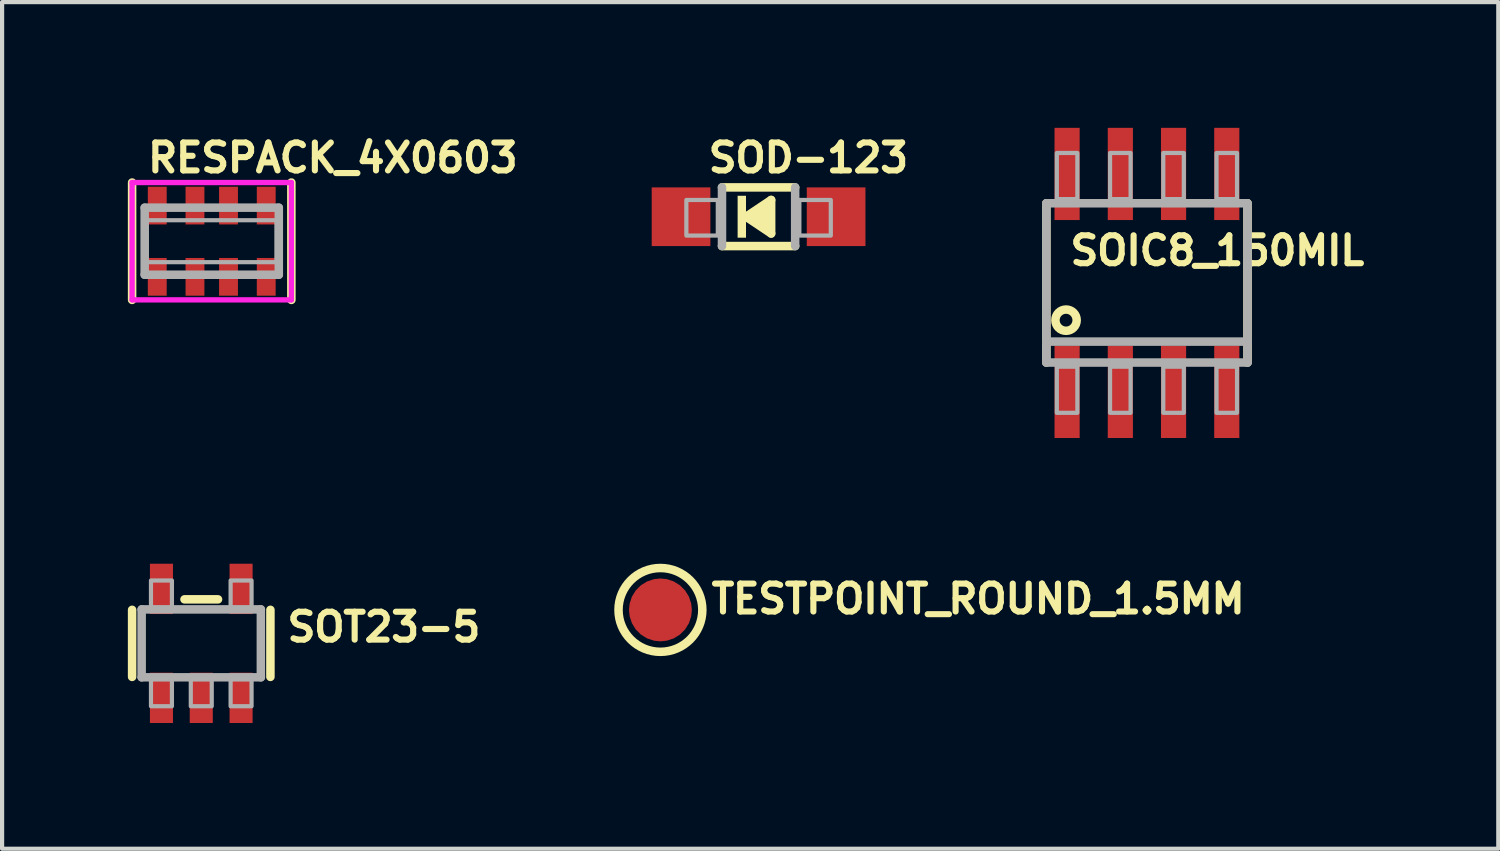
<source format=kicad_pcb>
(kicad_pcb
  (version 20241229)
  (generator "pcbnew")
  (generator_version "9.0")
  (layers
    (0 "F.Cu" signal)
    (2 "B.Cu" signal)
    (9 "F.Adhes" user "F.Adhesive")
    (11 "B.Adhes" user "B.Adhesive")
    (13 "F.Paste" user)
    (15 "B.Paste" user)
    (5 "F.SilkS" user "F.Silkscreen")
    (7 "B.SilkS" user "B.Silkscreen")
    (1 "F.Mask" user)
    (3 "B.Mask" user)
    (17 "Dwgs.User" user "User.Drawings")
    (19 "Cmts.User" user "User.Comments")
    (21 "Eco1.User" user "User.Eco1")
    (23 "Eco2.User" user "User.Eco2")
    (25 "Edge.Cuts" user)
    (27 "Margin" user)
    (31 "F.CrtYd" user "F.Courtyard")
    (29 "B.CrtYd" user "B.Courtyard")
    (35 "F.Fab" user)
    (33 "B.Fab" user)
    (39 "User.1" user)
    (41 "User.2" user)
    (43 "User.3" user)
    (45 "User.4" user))
  (footprint "SOIC8_150MIL"
    (layer "F.Cu")
    (at 24.315 3.7)
    (property "Reference" "SOIC8_150MIL" (at -1.905 -0.381 0) (layer "F.SilkS") (effects (font (size 0.666 0.666) (thickness 0.146)) (justify left bottom)))
    (fp_line (start -2.4 1.9) (end -2.4 -1.9) (stroke (width 0.203) (type solid)) (layer "F.SilkS"))
    (fp_line (start 2.4 -1.9) (end 2.4 1.9) (stroke (width 0.203) (type solid)) (layer "F.SilkS"))
    (fp_circle (center -1.93 0.889) (end -1.676 0.889) (stroke (width 0.203) (type solid)) (fill no) (layer "F.SilkS"))
    (fp_line (start -2.4 -1.9) (end 2.4 -1.9) (stroke (width 0.203) (type solid)) (layer "F.Fab"))
    (fp_line (start -2.4 1.4) (end -2.4 -1.9) (stroke (width 0.203) (type solid)) (layer "F.Fab"))
    (fp_line (start -2.4 1.9) (end -2.4 1.4) (stroke (width 0.203) (type solid)) (layer "F.Fab"))
    (fp_line (start 2.4 -1.9) (end 2.4 1.4) (stroke (width 0.203) (type solid)) (layer "F.Fab"))
    (fp_line (start 2.4 1.4) (end -2.4 1.4) (stroke (width 0.203) (type solid)) (layer "F.Fab"))
    (fp_line (start 2.4 1.4) (end 2.4 1.9) (stroke (width 0.203) (type solid)) (layer "F.Fab"))
    (fp_line (start 2.4 1.9) (end -2.4 1.9) (stroke (width 0.203) (type solid)) (layer "F.Fab"))
    (fp_poly (pts (xy -2.15 -2) (xy -1.66 -2) (xy -1.66 -3.1) (xy -2.15 -3.1)) (stroke (width 0.1) (type solid)) (fill no) (layer "F.Fab"))
    (fp_poly (pts (xy -2.15 3.1) (xy -1.66 3.1) (xy -1.66 2) (xy -2.15 2)) (stroke (width 0.1) (type solid)) (fill no) (layer "F.Fab"))
    (fp_poly (pts (xy -0.88 -2) (xy -0.39 -2) (xy -0.39 -3.1) (xy -0.88 -3.1)) (stroke (width 0.1) (type solid)) (fill no) (layer "F.Fab"))
    (fp_poly (pts (xy -0.88 3.1) (xy -0.39 3.1) (xy -0.39 2) (xy -0.88 2)) (stroke (width 0.1) (type solid)) (fill no) (layer "F.Fab"))
    (fp_poly (pts (xy 0.39 -2) (xy 0.88 -2) (xy 0.88 -3.1) (xy 0.39 -3.1)) (stroke (width 0.1) (type solid)) (fill no) (layer "F.Fab"))
    (fp_poly (pts (xy 0.39 3.1) (xy 0.88 3.1) (xy 0.88 2) (xy 0.39 2)) (stroke (width 0.1) (type solid)) (fill no) (layer "F.Fab"))
    (fp_poly (pts (xy 1.66 -2) (xy 2.15 -2) (xy 2.15 -3.1) (xy 1.66 -3.1)) (stroke (width 0.1) (type solid)) (fill no) (layer "F.Fab"))
    (fp_poly (pts (xy 1.66 3.1) (xy 2.15 3.1) (xy 2.15 2) (xy 1.66 2)) (stroke (width 0.1) (type solid)) (fill no) (layer "F.Fab"))
    (pad "1" smd rect (at -1.905 2.6) (size 0.6 2.2) (layers "F.Cu" "F.Mask" "F.Paste"))
    (pad "2" smd rect (at -0.635 2.6) (size 0.6 2.2) (layers "F.Cu" "F.Mask" "F.Paste"))
    (pad "3" smd rect (at 0.635 2.6) (size 0.6 2.2) (layers "F.Cu" "F.Mask" "F.Paste"))
    (pad "4" smd rect (at 1.905 2.6) (size 0.6 2.2) (layers "F.Cu" "F.Mask" "F.Paste"))
    (pad "5" smd rect (at 1.905 -2.6) (size 0.6 2.2) (layers "F.Cu" "F.Mask" "F.Paste"))
    (pad "6" smd rect (at 0.635 -2.6) (size 0.6 2.2) (layers "F.Cu" "F.Mask" "F.Paste"))
    (pad "7" smd rect (at -0.635 -2.6) (size 0.6 2.2) (layers "F.Cu" "F.Mask" "F.Paste"))
    (pad "8" smd rect (at -1.905 -2.6) (size 0.6 2.2) (layers "F.Cu" "F.Mask" "F.Paste")))
  (footprint "TESTPOINT_ROUND_1.5MM"
    (layer "F.Cu")
    (at 12.707 11.502)
    (property "Reference" "TESTPOINT_ROUND_1.5MM" (at 1.143 0.127 0) (layer "F.SilkS") (effects (font (size 0.666 0.666) (thickness 0.146)) (justify left bottom)))
    (fp_circle (center 0 0) (end 1 0) (stroke (width 0.203) (type solid)) (fill no) (layer "F.SilkS"))
    (pad "P$1" smd roundrect (at 0 0) (size 1.5 1.5) (layers "F.Cu" "F.Mask") (roundrect_rratio 0.5)))
  (footprint "SOD-123"
    (layer "F.Cu")
    (at 15.049 2.121)
    (property "Reference" "SOD-123" (at -1.27 -1.016 0) (layer "F.SilkS") (effects (font (size 0.666 0.666) (thickness 0.146)) (justify left bottom)))
    (fp_line (start -0.873 -0.7) (end 0.873 -0.7) (stroke (width 0.203) (type solid)) (layer "F.SilkS"))
    (fp_line (start -0.3 0) (end 0.3 -0.4) (stroke (width 0.203) (type solid)) (layer "F.SilkS"))
    (fp_line (start 0.3 -0.4) (end 0.3 0.4) (stroke (width 0.203) (type solid)) (layer "F.SilkS"))
    (fp_line (start 0.3 0.4) (end -0.3 0) (stroke (width 0.203) (type solid)) (layer "F.SilkS"))
    (fp_line (start 0.873 0.7) (end -0.873 0.7) (stroke (width 0.203) (type solid)) (layer "F.SilkS"))
    (fp_poly (pts (xy 0.302 0.39) (xy -0.283 0) (xy 0.302 -0.39)) (stroke (width 0) (type solid)) (fill yes) (layer "F.SilkS"))
    (fp_poly (pts (xy -0.5 0.5) (xy -0.3 0.5) (xy -0.3 -0.5) (xy -0.5 -0.5)) (stroke (width 0) (type solid)) (fill yes) (layer "F.SilkS"))
    (fp_line (start -0.873 0.7) (end -0.873 -0.7) (stroke (width 0.203) (type solid)) (layer "F.Fab"))
    (fp_line (start 0.873 -0.7) (end 0.873 0.7) (stroke (width 0.203) (type solid)) (layer "F.Fab"))
    (fp_poly (pts (xy -1.723 0.45) (xy -0.973 0.45) (xy -0.973 -0.4) (xy -1.723 -0.4)) (stroke (width 0.1) (type solid)) (fill no) (layer "F.Fab"))
    (fp_poly (pts (xy 0.973 0.45) (xy 1.723 0.45) (xy 1.723 -0.4) (xy 0.973 -0.4)) (stroke (width 0.1) (type solid)) (fill no) (layer "F.Fab"))
    (pad "A" smd rect (at 1.85 0 90) (size 1.4 1.4) (layers "F.Cu" "F.Mask" "F.Paste"))
    (pad "C" smd rect (at -1.85 0 90) (size 1.4 1.4) (layers "F.Cu" "F.Mask" "F.Paste")))
  (footprint "RESPACK_4X0603"
    (layer "F.Cu")
    (at 2.002 2.705)
    (property "Reference" "RESPACK_4X0603" (at -1.6 -1.6 0) (layer "F.SilkS") (effects (font (size 0.666 0.666) (thickness 0.146)) (justify left bottom)))
    (fp_line (start -1.9 1.4) (end -1.9 -1.4) (stroke (width 0.203) (type solid)) (layer "F.SilkS"))
    (fp_line (start 1.9 -1.4) (end 1.9 1.4) (stroke (width 0.203) (type solid)) (layer "F.SilkS"))
    (fp_line (start -1.9 -1.4) (end 1.9 -1.4) (stroke (width 0.127) (type solid)) (layer "F.CrtYd"))
    (fp_line (start -1.9 1.4) (end -1.9 -1.4) (stroke (width 0.127) (type solid)) (layer "F.CrtYd"))
    (fp_line (start -1.9 1.4) (end 1.9 1.4) (stroke (width 0.127) (type solid)) (layer "F.CrtYd"))
    (fp_line (start 1.9 -1.4) (end 1.9 1.4) (stroke (width 0.127) (type solid)) (layer "F.CrtYd"))
    (fp_line (start -1.6 -0.8) (end 1.6 -0.8) (stroke (width 0.203) (type solid)) (layer "F.Fab"))
    (fp_line (start -1.6 0.8) (end -1.6 -0.8) (stroke (width 0.203) (type solid)) (layer "F.Fab"))
    (fp_line (start 1.6 -0.8) (end 1.6 0.8) (stroke (width 0.203) (type solid)) (layer "F.Fab"))
    (fp_line (start 1.6 0.8) (end -1.6 0.8) (stroke (width 0.203) (type solid)) (layer "F.Fab"))
    (fp_poly (pts (xy -1.55 0.5) (xy 1.55 0.5) (xy 1.55 -0.5) (xy -1.55 -0.5)) (stroke (width 0.1) (type solid)) (fill no) (layer "F.Fab"))
    (pad "1" smd rect (at -1.3 0.85) (size 0.45 0.9) (layers "F.Cu" "F.Mask" "F.Paste"))
    (pad "2" smd rect (at -0.4 0.85) (size 0.45 0.9) (layers "F.Cu" "F.Mask" "F.Paste"))
    (pad "3" smd rect (at 0.4 0.85) (size 0.45 0.9) (layers "F.Cu" "F.Mask" "F.Paste"))
    (pad "4" smd rect (at 1.3 0.85) (size 0.45 0.9) (layers "F.Cu" "F.Mask" "F.Paste"))
    (pad "5" smd rect (at 1.3 -0.85) (size 0.45 0.9) (layers "F.Cu" "F.Mask" "F.Paste"))
    (pad "6" smd rect (at 0.4 -0.85) (size 0.45 0.9) (layers "F.Cu" "F.Mask" "F.Paste"))
    (pad "7" smd rect (at -0.4 -0.85) (size 0.45 0.9) (layers "F.Cu" "F.Mask" "F.Paste"))
    (pad "8" smd rect (at -1.3 -0.85) (size 0.45 0.9) (layers "F.Cu" "F.Mask" "F.Paste")))
  (footprint "SOT23-5"
    (layer "F.Cu")
    (at 1.752 12.3)
    (property "Reference" "SOT23-5" (at 1.978 0 0) (layer "F.SilkS") (effects (font (size 0.666 0.666) (thickness 0.146)) (justify left bottom)))
    (fp_line (start -1.65 -0.8) (end -1.65 0.8) (stroke (width 0.203) (type solid)) (layer "F.SilkS"))
    (fp_line (start -0.4 -1.05) (end 0.4 -1.05) (stroke (width 0.203) (type solid)) (layer "F.SilkS"))
    (fp_line (start 1.65 -0.8) (end 1.65 0.8) (stroke (width 0.203) (type solid)) (layer "F.SilkS"))
    (fp_line (start -1.422 -0.81) (end 1.422 -0.81) (stroke (width 0.203) (type solid)) (layer "F.Fab"))
    (fp_line (start -1.422 0.81) (end -1.422 -0.81) (stroke (width 0.203) (type solid)) (layer "F.Fab"))
    (fp_line (start 1.422 -0.81) (end 1.422 0.81) (stroke (width 0.203) (type solid)) (layer "F.Fab"))
    (fp_line (start 1.422 0.81) (end -1.422 0.81) (stroke (width 0.203) (type solid)) (layer "F.Fab"))
    (fp_poly (pts (xy -1.2 -0.85) (xy -0.7 -0.85) (xy -0.7 -1.5) (xy -1.2 -1.5)) (stroke (width 0.1) (type solid)) (fill no) (layer "F.Fab"))
    (fp_poly (pts (xy -1.2 1.5) (xy -0.7 1.5) (xy -0.7 0.85) (xy -1.2 0.85)) (stroke (width 0.1) (type solid)) (fill no) (layer "F.Fab"))
    (fp_poly (pts (xy -0.25 1.5) (xy 0.25 1.5) (xy 0.25 0.85) (xy -0.25 0.85)) (stroke (width 0.1) (type solid)) (fill no) (layer "F.Fab"))
    (fp_poly (pts (xy 0.7 -0.85) (xy 1.2 -0.85) (xy 1.2 -1.5) (xy 0.7 -1.5)) (stroke (width 0.1) (type solid)) (fill no) (layer "F.Fab"))
    (fp_poly (pts (xy 0.7 1.5) (xy 1.2 1.5) (xy 1.2 0.85) (xy 0.7 0.85)) (stroke (width 0.1) (type solid)) (fill no) (layer "F.Fab"))
    (pad "1" smd rect (at -0.95 1.3) (size 0.55 1.2) (layers "F.Cu" "F.Mask" "F.Paste"))
    (pad "2" smd rect (at 0 1.3) (size 0.55 1.2) (layers "F.Cu" "F.Mask" "F.Paste"))
    (pad "3" smd rect (at 0.95 1.3) (size 0.55 1.2) (layers "F.Cu" "F.Mask" "F.Paste"))
    (pad "4" smd rect (at 0.95 -1.3) (size 0.55 1.2) (layers "F.Cu" "F.Mask" "F.Paste"))
    (pad "5" smd rect (at -0.95 -1.3) (size 0.55 1.2) (layers "F.Cu" "F.Mask" "F.Paste")))
  (gr_rect
    (start -3 -3)
    (end 32.698 17.2)
    (stroke (width 0.1) (type default))
    (fill no)
    (layer "Edge.Cuts")))
</source>
